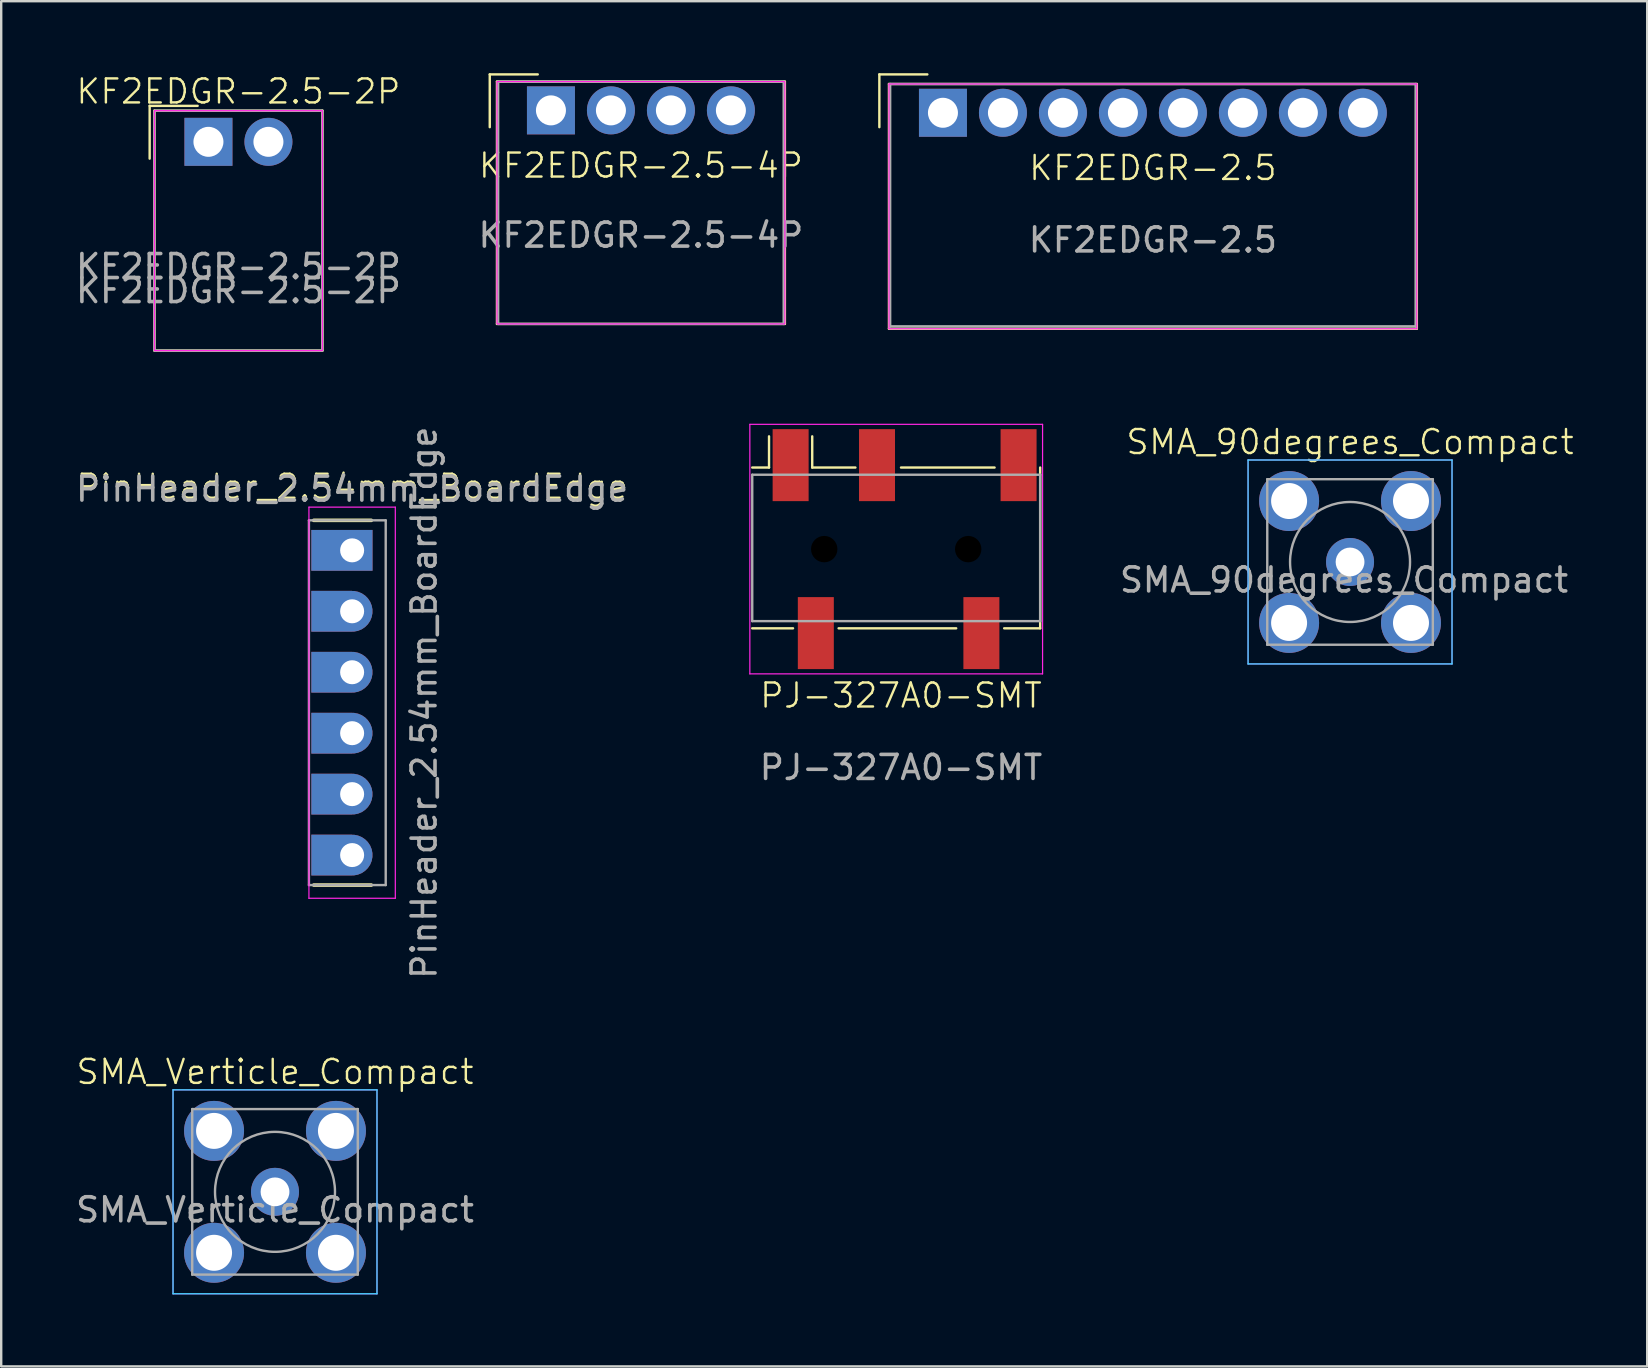
<source format=kicad_pcb>
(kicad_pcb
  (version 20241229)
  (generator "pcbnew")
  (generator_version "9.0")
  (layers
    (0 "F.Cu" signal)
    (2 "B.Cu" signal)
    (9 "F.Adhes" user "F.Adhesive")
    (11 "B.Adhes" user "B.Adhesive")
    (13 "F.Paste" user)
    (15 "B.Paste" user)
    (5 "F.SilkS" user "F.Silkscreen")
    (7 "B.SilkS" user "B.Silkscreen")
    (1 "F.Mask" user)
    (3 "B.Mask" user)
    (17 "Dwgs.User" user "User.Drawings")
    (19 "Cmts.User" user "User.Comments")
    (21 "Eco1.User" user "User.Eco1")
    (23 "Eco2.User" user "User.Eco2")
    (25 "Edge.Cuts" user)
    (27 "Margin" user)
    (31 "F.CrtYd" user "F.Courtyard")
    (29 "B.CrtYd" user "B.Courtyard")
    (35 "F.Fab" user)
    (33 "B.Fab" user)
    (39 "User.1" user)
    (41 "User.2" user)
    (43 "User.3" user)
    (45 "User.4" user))
  (footprint "PinHeader_2.54mm_BoardEdge"
    (layer "F.Cu")
    (at 11.625 26.236)
    (property "Reference" "PinHeader_2.54mm_BoardEdge" (at 0 -9 0) (unlocked yes) (layer "F.SilkS") (effects (font (size 1 1) (thickness 0.1))))
    (attr smd)
    (fp_line (start -1.6 -7.6) (end 0.8 -7.6) (stroke (width 0.15) (type default)) (layer "F.SilkS"))
    (fp_line (start -1.6 7.6) (end 0.8 7.6) (stroke (width 0.15) (type default)) (layer "F.SilkS"))
    (fp_line (start -1.8 -8.15) (end -1.8 8.15) (stroke (width 0.05) (type solid)) (layer "F.CrtYd"))
    (fp_line (start -1.8 8.15) (end 1.8 8.15) (stroke (width 0.05) (type solid)) (layer "F.CrtYd"))
    (fp_line (start 1.8 -8.15) (end -1.8 -8.15) (stroke (width 0.05) (type solid)) (layer "F.CrtYd"))
    (fp_line (start 1.8 8.15) (end 1.8 -8.15) (stroke (width 0.05) (type solid)) (layer "F.CrtYd"))
    (fp_line (start -1.8 -7.6) (end 1.4 -7.6) (stroke (width 0.1) (type default)) (layer "F.Fab"))
    (fp_line (start -1.8 7.6) (end -1.8 -7.6) (stroke (width 0.1) (type default)) (layer "F.Fab"))
    (fp_line (start 1.4 -7.6) (end 1.4 7.6) (stroke (width 0.1) (type default)) (layer "F.Fab"))
    (fp_line (start 1.4 7.6) (end -1.8 7.6) (stroke (width 0.1) (type default)) (layer "F.Fab"))
    (fp_text user "${REFERENCE}" (at 3 0 90) (layer "F.Fab") (effects (font (size 1 1) (thickness 0.15))))
    (fp_text user "${REFERENCE}" (at 0 -8.9 0) (unlocked yes) (layer "F.Fab") (effects (font (size 1 1) (thickness 0.15))))
    (pad "1" thru_hole custom (at 0 -6.35) (size 1.7 1.7) (drill 1) (layers "*.Cu" "*.Mask") (options (anchor rect)) (primitives (gr_rect (start -1.7 -0.85) (end 0 0.85) (width 0) (fill yes))))
    (pad "2" thru_hole custom (at 0 -3.81) (size 1.7 1.7) (drill 1) (layers "*.Cu" "*.Mask") (options (anchor circle)) (primitives (gr_poly (pts (xy 0.846 -0.083) (xy 0.813 -0.247) (xy 0.75 -0.401) (xy 0.657 -0.539) (xy 0.539 -0.657) (xy 0.401 -0.75) (xy 0.247 -0.813) (xy 0.083 -0.846) (xy -0.083 -0.846) (xy -0.247 -0.813) (xy -0.401 -0.75) (xy -0.539 -0.657) (xy -0.657 -0.539) (xy -0.75 -0.401) (xy -0.813 -0.247) (xy -0.846 -0.083) (xy -0.846 0.083) (xy -0.813 0.247) (xy -0.75 0.401) (xy -0.657 0.539) (xy -0.539 0.657) (xy -0.401 0.75) (xy -0.247 0.813) (xy -0.083 0.846) (xy 0.083 0.846) (xy 0.247 0.813) (xy 0.401 0.75) (xy 0.539 0.657) (xy 0.657 0.539) (xy 0.75 0.401) (xy 0.813 0.247) (xy 0.846 0.083) (xy 0.846 -0.083)) (width 0) (fill yes)) (gr_rect (start -1.7 -0.85) (end 0 0.85) (width 0) (fill yes))))
    (pad "3" thru_hole custom (at 0 -1.27) (size 1.7 1.7) (drill 1) (layers "*.Cu" "*.Mask") (options (anchor circle)) (primitives (gr_poly (pts (xy 0.846 -0.083) (xy 0.813 -0.247) (xy 0.75 -0.401) (xy 0.657 -0.539) (xy 0.539 -0.657) (xy 0.401 -0.75) (xy 0.247 -0.813) (xy 0.083 -0.846) (xy -0.083 -0.846) (xy -0.247 -0.813) (xy -0.401 -0.75) (xy -0.539 -0.657) (xy -0.657 -0.539) (xy -0.75 -0.401) (xy -0.813 -0.247) (xy -0.846 -0.083) (xy -0.846 0.083) (xy -0.813 0.247) (xy -0.75 0.401) (xy -0.657 0.539) (xy -0.539 0.657) (xy -0.401 0.75) (xy -0.247 0.813) (xy -0.083 0.846) (xy 0.083 0.846) (xy 0.247 0.813) (xy 0.401 0.75) (xy 0.539 0.657) (xy 0.657 0.539) (xy 0.75 0.401) (xy 0.813 0.247) (xy 0.846 0.083) (xy 0.846 -0.083)) (width 0) (fill yes)) (gr_rect (start -1.7 -0.85) (end 0 0.85) (width 0) (fill yes))))
    (pad "4" thru_hole custom (at 0 1.27) (size 1.7 1.7) (drill 1) (layers "*.Cu" "*.Mask") (options (anchor circle)) (primitives (gr_poly (pts (xy 0.846 -0.083) (xy 0.813 -0.247) (xy 0.75 -0.401) (xy 0.657 -0.539) (xy 0.539 -0.657) (xy 0.401 -0.75) (xy 0.247 -0.813) (xy 0.083 -0.846) (xy -0.083 -0.846) (xy -0.247 -0.813) (xy -0.401 -0.75) (xy -0.539 -0.657) (xy -0.657 -0.539) (xy -0.75 -0.401) (xy -0.813 -0.247) (xy -0.846 -0.083) (xy -0.846 0.083) (xy -0.813 0.247) (xy -0.75 0.401) (xy -0.657 0.539) (xy -0.539 0.657) (xy -0.401 0.75) (xy -0.247 0.813) (xy -0.083 0.846) (xy 0.083 0.846) (xy 0.247 0.813) (xy 0.401 0.75) (xy 0.539 0.657) (xy 0.657 0.539) (xy 0.75 0.401) (xy 0.813 0.247) (xy 0.846 0.083) (xy 0.846 -0.083)) (width 0) (fill yes)) (gr_rect (start -1.7 -0.85) (end 0 0.85) (width 0) (fill yes))))
    (pad "5" thru_hole custom (at 0 3.81) (size 1.7 1.7) (drill 1) (layers "*.Cu" "*.Mask") (options (anchor circle)) (primitives (gr_poly (pts (xy 0.846 -0.083) (xy 0.813 -0.247) (xy 0.75 -0.401) (xy 0.657 -0.539) (xy 0.539 -0.657) (xy 0.401 -0.75) (xy 0.247 -0.813) (xy 0.083 -0.846) (xy -0.083 -0.846) (xy -0.247 -0.813) (xy -0.401 -0.75) (xy -0.539 -0.657) (xy -0.657 -0.539) (xy -0.75 -0.401) (xy -0.813 -0.247) (xy -0.846 -0.083) (xy -0.846 0.083) (xy -0.813 0.247) (xy -0.75 0.401) (xy -0.657 0.539) (xy -0.539 0.657) (xy -0.401 0.75) (xy -0.247 0.813) (xy -0.083 0.846) (xy 0.083 0.846) (xy 0.247 0.813) (xy 0.401 0.75) (xy 0.539 0.657) (xy 0.657 0.539) (xy 0.75 0.401) (xy 0.813 0.247) (xy 0.846 0.083) (xy 0.846 -0.083)) (width 0) (fill yes)) (gr_rect (start -1.7 -0.85) (end 0 0.85) (width 0) (fill yes))))
    (pad "6" thru_hole custom (at 0 6.35) (size 1.7 1.7) (drill 1) (layers "*.Cu" "*.Mask") (options (anchor circle)) (primitives (gr_poly (pts (xy 0.846 -0.083) (xy 0.813 -0.247) (xy 0.75 -0.401) (xy 0.657 -0.539) (xy 0.539 -0.657) (xy 0.401 -0.75) (xy 0.247 -0.813) (xy 0.083 -0.846) (xy -0.083 -0.846) (xy -0.247 -0.813) (xy -0.401 -0.75) (xy -0.539 -0.657) (xy -0.657 -0.539) (xy -0.75 -0.401) (xy -0.813 -0.247) (xy -0.846 -0.083) (xy -0.846 0.083) (xy -0.813 0.247) (xy -0.75 0.401) (xy -0.657 0.539) (xy -0.539 0.657) (xy -0.401 0.75) (xy -0.247 0.813) (xy -0.083 0.846) (xy 0.083 0.846) (xy 0.247 0.813) (xy 0.401 0.75) (xy 0.539 0.657) (xy 0.657 0.539) (xy 0.75 0.401) (xy 0.813 0.247) (xy 0.846 0.083) (xy 0.846 -0.083)) (width 0) (fill yes)) (gr_rect (start -1.7 -0.85) (end 0 0.85) (width 0) (fill yes)))))
  (footprint "PJ-327A0-SMT"
    (layer "F.Cu")
    (at 34.4 19.835)
    (property "Reference" "PJ-327A0-SMT" (at 0.1 6.1 0) (unlocked yes) (layer "F.SilkS") (effects (font (size 1 1) (thickness 0.1))))
    (attr smd)
    (fp_line (start -5.4 -4.7) (end -5.4 -3.4) (stroke (width 0.1) (type default)) (layer "F.SilkS"))
    (fp_line (start -5.4 -3.4) (end -6.1 -3.4) (stroke (width 0.1) (type default)) (layer "F.SilkS"))
    (fp_line (start -4.4 3.3) (end -6.1 3.3) (stroke (width 0.1) (type default)) (layer "F.SilkS"))
    (fp_line (start -3.6 -4.7) (end -3.6 -3.4) (stroke (width 0.1) (type default)) (layer "F.SilkS"))
    (fp_line (start -3.6 -3.4) (end -1.8 -3.4) (stroke (width 0.1) (type default)) (layer "F.SilkS"))
    (fp_line (start -2.5 3.3) (end 2.4 3.3) (stroke (width 0.1) (type default)) (layer "F.SilkS"))
    (fp_line (start 4 -3.4) (end 0.1 -3.4) (stroke (width 0.1) (type default)) (layer "F.SilkS"))
    (fp_line (start 4.4 3.3) (end 5.9 3.3) (stroke (width 0.1) (type default)) (layer "F.SilkS"))
    (fp_line (start 5.9 3.3) (end 5.9 -3.4) (stroke (width 0.1) (type default)) (layer "F.SilkS"))
    (fp_line (start -6.2 -5.2) (end -6.2 5.2) (stroke (width 0.05) (type default)) (layer "F.CrtYd"))
    (fp_line (start -6.2 -5.2) (end 6 -5.2) (stroke (width 0.05) (type default)) (layer "F.CrtYd"))
    (fp_line (start 6 -5.2) (end 6 5.2) (stroke (width 0.05) (type default)) (layer "F.CrtYd"))
    (fp_line (start 6 5.2) (end -6.2 5.2) (stroke (width 0.05) (type default)) (layer "F.CrtYd"))
    (fp_line (start -6.1 -3.1) (end -6.1 3) (stroke (width 0.1) (type default)) (layer "F.Fab"))
    (fp_line (start -6.1 -3.1) (end 5.9 -3.1) (stroke (width 0.1) (type default)) (layer "F.Fab"))
    (fp_line (start -6.1 3) (end 5.9 3) (stroke (width 0.1) (type default)) (layer "F.Fab"))
    (fp_line (start 5.9 -3.1) (end 5.9 3) (stroke (width 0.1) (type default)) (layer "F.Fab"))
    (fp_line (start -8.1 -2.5) (end -8.1 2.5) (stroke (width 0.1) (type default)) (layer "User.2"))
    (fp_line (start -8.1 2.5) (end -6.1 2.5) (stroke (width 0.1) (type default)) (layer "User.2"))
    (fp_line (start -6.1 -2.5) (end -8.1 -2.5) (stroke (width 0.1) (type default)) (layer "User.2"))
    (fp_line (start -6.1 2.5) (end -6.1 -2.5) (stroke (width 0.1) (type default)) (layer "User.2"))
    (fp_text user "${REFERENCE}" (at 0.1 9.1 0) (unlocked yes) (layer "F.Fab") (effects (font (size 1 1) (thickness 0.15))))
    (pad "" np_thru_hole circle (at -3.1 0) (size 1.3 1.3) (drill 1.1) (layers "*.Mask"))
    (pad "" np_thru_hole circle (at 2.9 0) (size 1.3 1.3) (drill 1.1) (layers "*.Mask"))
    (pad "R" smd rect (at -0.9 -3.5) (size 1.5 3) (layers "F.Cu" "F.Mask" "F.Paste"))
    (pad "S" smd rect (at -4.5 -3.5) (size 1.5 3) (layers "F.Cu" "F.Mask" "F.Paste"))
    (pad "S" smd rect (at -3.45 3.5) (size 1.5 3) (layers "F.Cu" "F.Mask" "F.Paste"))
    (pad "T" smd rect (at 3.45 3.5) (size 1.5 3) (layers "F.Cu" "F.Mask" "F.Paste"))
    (pad "TN" smd rect (at 5 -3.5) (size 1.5 3) (layers "F.Cu" "F.Mask" "F.Paste")))
  (footprint "KF2EDGR-2.5-4P"
    (layer "F.Cu")
    (at 23.661 4.35)
    (property "Reference" "KF2EDGR-2.5-4P" (at 0 -0.5 0) (unlocked yes) (layer "F.SilkS") (effects (font (size 1 1) (thickness 0.1))))
    (attr through_hole)
    (fp_line (start -6.3 -4.3) (end -4.3 -4.3) (stroke (width 0.1) (type default)) (layer "F.SilkS"))
    (fp_line (start -6.3 -2.1) (end -6.3 -4.3) (stroke (width 0.1) (type default)) (layer "F.SilkS"))
    (fp_line (start -6 -4) (end -6 6.1) (stroke (width 0.1) (type default)) (layer "F.SilkS"))
    (fp_line (start -6 6.1) (end 6 6.1) (stroke (width 0.1) (type default)) (layer "F.SilkS"))
    (fp_line (start 6 -4) (end -6 -4) (stroke (width 0.1) (type default)) (layer "F.SilkS"))
    (fp_line (start 6 6.1) (end 6 -4) (stroke (width 0.1) (type default)) (layer "F.SilkS"))
    (fp_rect (start -6 -4) (end 6 6.1) (stroke (width 0.05) (type default)) (fill no) (layer "F.CrtYd"))
    (fp_line (start -5.95 -4) (end -5.95 6.1) (stroke (width 0.1) (type default)) (layer "F.Fab"))
    (fp_line (start -5.95 -4) (end 5.95 -4) (stroke (width 0.1) (type default)) (layer "F.Fab"))
    (fp_line (start -5.95 6.1) (end 5.95 6.1) (stroke (width 0.1) (type default)) (layer "F.Fab"))
    (fp_line (start 5.95 -4) (end 5.95 6.1) (stroke (width 0.1) (type default)) (layer "F.Fab"))
    (fp_text user "${REFERENCE}" (at 0 2.4 0) (unlocked yes) (layer "F.Fab") (effects (font (size 1 1) (thickness 0.15))))
    (pad "1" thru_hole rect (at -3.75 -2.8) (size 2 2) (drill 1.25) (layers "*.Cu" "*.Mask"))
    (pad "2" thru_hole circle (at -1.25 -2.8) (size 2 2) (drill 1.25) (layers "*.Cu" "*.Mask"))
    (pad "3" thru_hole circle (at 1.25 -2.8) (size 2 2) (drill 1.25) (layers "*.Cu" "*.Mask"))
    (pad "4" thru_hole circle (at 3.75 -2.8) (size 2 2) (drill 1.25) (layers "*.Cu" "*.Mask")))
  (footprint "SMA_Verticle_Compact"
    (layer "F.Cu")
    (at 8.411 46.621)
    (property "Reference" "SMA_Verticle_Compact" (at 0 -5 0) (unlocked yes) (layer "F.SilkS") (effects (font (size 1 1) (thickness 0.1))))
    (attr through_hole)
    (fp_line (start -4.25 -4.25) (end 4.25 -4.25) (stroke (width 0.05) (type solid)) (layer "B.CrtYd"))
    (fp_line (start -4.25 4.25) (end -4.25 -4.25) (stroke (width 0.05) (type solid)) (layer "B.CrtYd"))
    (fp_line (start 4.25 -4.25) (end 4.25 4.25) (stroke (width 0.05) (type solid)) (layer "B.CrtYd"))
    (fp_line (start 4.25 4.25) (end -4.25 4.25) (stroke (width 0.05) (type solid)) (layer "B.CrtYd"))
    (fp_line (start -4.25 -4.25) (end 4.25 -4.25) (stroke (width 0.05) (type solid)) (layer "F.CrtYd"))
    (fp_line (start -4.25 4.25) (end -4.25 -4.25) (stroke (width 0.05) (type solid)) (layer "F.CrtYd"))
    (fp_line (start 4.25 -4.25) (end 4.25 4.25) (stroke (width 0.05) (type solid)) (layer "F.CrtYd"))
    (fp_line (start 4.25 4.25) (end -4.25 4.25) (stroke (width 0.05) (type solid)) (layer "F.CrtYd"))
    (fp_line (start -3.45 -3.45) (end -3.45 3.45) (stroke (width 0.1) (type solid)) (layer "F.Fab"))
    (fp_line (start -3.45 3.45) (end 3.45 3.45) (stroke (width 0.1) (type solid)) (layer "F.Fab"))
    (fp_line (start 3.45 -3.45) (end -3.45 -3.45) (stroke (width 0.1) (type solid)) (layer "F.Fab"))
    (fp_line (start 3.45 3.45) (end 3.45 -3.45) (stroke (width 0.1) (type solid)) (layer "F.Fab"))
    (fp_circle (center 0 0) (end 2.5 0) (stroke (width 0.1) (type solid)) (fill no) (layer "F.Fab"))
    (fp_text user "${REFERENCE}" (at 0 0.75 0) (unlocked yes) (layer "F.Fab") (effects (font (size 1 1) (thickness 0.15))))
    (pad "1" thru_hole circle (at 0 0) (size 2 2) (drill 1.2) (layers "*.Cu" "*.Mask"))
    (pad "2" thru_hole circle (at -2.54 -2.54) (size 2.5 2.5) (drill 1.5) (layers "*.Cu" "*.Mask"))
    (pad "2" thru_hole circle (at -2.54 2.54) (size 2.5 2.5) (drill 1.5) (layers "*.Cu" "*.Mask"))
    (pad "2" thru_hole circle (at 2.54 -2.54) (size 2.5 2.5) (drill 1.5) (layers "*.Cu" "*.Mask"))
    (pad "2" thru_hole circle (at 2.54 2.54) (size 2.5 2.5) (drill 1.5) (layers "*.Cu" "*.Mask")))
  (footprint "KF2EDGR-2.5-2P"
    (layer "F.Cu")
    (at 6.887 6.561)
    (property "Reference" "KF2EDGR-2.5-2P" (at 0 -5.8 0) (unlocked yes) (layer "F.SilkS") (effects (font (size 1 1) (thickness 0.1))))
    (attr through_hole)
    (fp_line (start -3.7 -5.2) (end -1.7 -5.2) (stroke (width 0.1) (type default)) (layer "F.SilkS"))
    (fp_line (start -3.7 -3) (end -3.7 -5.2) (stroke (width 0.1) (type default)) (layer "F.SilkS"))
    (fp_line (start -3.5 -5) (end -3.5 5) (stroke (width 0.1) (type default)) (layer "F.SilkS"))
    (fp_line (start -3.5 5) (end 3.5 5) (stroke (width 0.1) (type default)) (layer "F.SilkS"))
    (fp_line (start 3.5 -5) (end -3.5 -5) (stroke (width 0.1) (type default)) (layer "F.SilkS"))
    (fp_line (start 3.5 5) (end 3.5 -5) (stroke (width 0.1) (type default)) (layer "F.SilkS"))
    (fp_rect (start -3.5 -5) (end 3.5 5) (stroke (width 0.05) (type default)) (fill no) (layer "F.CrtYd"))
    (fp_rect (start -3.5 -5) (end 3.5 5) (stroke (width 0.1) (type default)) (fill no) (layer "F.Fab"))
    (fp_text user "${REFERENCE}" (at 0 1.5 0) (unlocked yes) (layer "F.Fab") (effects (font (size 1 1) (thickness 0.15))))
    (fp_text user "${REFERENCE}" (at 0 2.5 0) (unlocked yes) (layer "F.Fab") (effects (font (size 1 1) (thickness 0.15))))
    (pad "1" thru_hole rect (at -1.25 -3.7) (size 2 2) (drill 1.25) (layers "*.Cu" "*.Mask"))
    (pad "2" thru_hole circle (at 1.25 -3.7) (size 2 2) (drill 1.25) (layers "*.Cu" "*.Mask")))
  (footprint "KF2EDGR-2.5"
    (layer "F.Cu")
    (at 44.998 1.65)
    (property "Reference" "KF2EDGR-2.5" (at 0 2.3 0) (unlocked yes) (layer "F.SilkS") (effects (font (size 1 1) (thickness 0.1))))
    (attr through_hole)
    (fp_line (start -11.4 -1.6) (end -9.4 -1.6) (stroke (width 0.1) (type default)) (layer "F.SilkS"))
    (fp_line (start -11.4 0.6) (end -11.4 -1.6) (stroke (width 0.1) (type default)) (layer "F.SilkS"))
    (fp_line (start -11 -1.2) (end -11 9) (stroke (width 0.1) (type default)) (layer "F.SilkS"))
    (fp_line (start -11 9) (end 11 9) (stroke (width 0.1) (type default)) (layer "F.SilkS"))
    (fp_line (start 11 -1.2) (end -11 -1.2) (stroke (width 0.1) (type default)) (layer "F.SilkS"))
    (fp_line (start 11 9) (end 11 -1.2) (stroke (width 0.1) (type default)) (layer "F.SilkS"))
    (fp_line (start -11 -1.2) (end -11 9) (stroke (width 0.05) (type default)) (layer "F.CrtYd"))
    (fp_line (start -11 9) (end 11 9) (stroke (width 0.05) (type default)) (layer "F.CrtYd"))
    (fp_line (start 11 -1.2) (end -11 -1.2) (stroke (width 0.05) (type default)) (layer "F.CrtYd"))
    (fp_line (start 11 9) (end 11 -1.2) (stroke (width 0.05) (type default)) (layer "F.CrtYd"))
    (fp_line (start -10.95 -1.2) (end -10.95 8.9) (stroke (width 0.1) (type default)) (layer "F.Fab"))
    (fp_line (start -10.95 -1.2) (end 10.95 -1.2) (stroke (width 0.1) (type default)) (layer "F.Fab"))
    (fp_line (start -10.95 8.9) (end 10.95 8.9) (stroke (width 0.1) (type default)) (layer "F.Fab"))
    (fp_line (start 10.95 -1.2) (end 10.95 8.9) (stroke (width 0.1) (type default)) (layer "F.Fab"))
    (fp_text user "${REFERENCE}" (at 0 5.3 0) (unlocked yes) (layer "F.Fab") (effects (font (size 1 1) (thickness 0.15))))
    (pad "1" thru_hole rect (at -8.75 0) (size 2 2) (drill 1.25) (layers "*.Cu" "*.Mask"))
    (pad "2" thru_hole circle (at -6.25 0) (size 2 2) (drill 1.25) (layers "*.Cu" "*.Mask"))
    (pad "3" thru_hole circle (at -3.75 0) (size 2 2) (drill 1.25) (layers "*.Cu" "*.Mask"))
    (pad "4" thru_hole circle (at -1.25 0) (size 2 2) (drill 1.25) (layers "*.Cu" "*.Mask"))
    (pad "5" thru_hole circle (at 1.25 0) (size 2 2) (drill 1.25) (layers "*.Cu" "*.Mask"))
    (pad "6" thru_hole circle (at 3.75 0) (size 2 2) (drill 1.25) (layers "*.Cu" "*.Mask"))
    (pad "7" thru_hole circle (at 6.25 0) (size 2 2) (drill 1.25) (layers "*.Cu" "*.Mask"))
    (pad "8" thru_hole circle (at 8.75 0) (size 2 2) (drill 1.25) (layers "*.Cu" "*.Mask")))
  (footprint "SMA_90degrees_Compact"
    (layer "F.Cu")
    (at 53.214 20.371)
    (property "Reference" "SMA_90degrees_Compact" (at 0 -5 0) (unlocked yes) (layer "F.SilkS") (effects (font (size 1 1) (thickness 0.1))))
    (attr through_hole)
    (fp_line (start -4.25 -4.25) (end 4.25 -4.25) (stroke (width 0.05) (type solid)) (layer "B.CrtYd"))
    (fp_line (start -4.25 4.25) (end -4.25 -4.25) (stroke (width 0.05) (type solid)) (layer "B.CrtYd"))
    (fp_line (start 4.25 -4.25) (end 4.25 4.25) (stroke (width 0.05) (type solid)) (layer "B.CrtYd"))
    (fp_line (start 4.25 4.25) (end -4.25 4.25) (stroke (width 0.05) (type solid)) (layer "B.CrtYd"))
    (fp_line (start -4.25 -4.25) (end 4.25 -4.25) (stroke (width 0.05) (type solid)) (layer "F.CrtYd"))
    (fp_line (start -4.25 4.25) (end -4.25 -4.25) (stroke (width 0.05) (type solid)) (layer "F.CrtYd"))
    (fp_line (start 4.25 -4.25) (end 4.25 4.25) (stroke (width 0.05) (type solid)) (layer "F.CrtYd"))
    (fp_line (start 4.25 4.25) (end -4.25 4.25) (stroke (width 0.05) (type solid)) (layer "F.CrtYd"))
    (fp_line (start -3.45 -3.45) (end -3.45 3.45) (stroke (width 0.1) (type solid)) (layer "F.Fab"))
    (fp_line (start -3.45 3.45) (end 3.45 3.45) (stroke (width 0.1) (type solid)) (layer "F.Fab"))
    (fp_line (start 3.45 -3.45) (end -3.45 -3.45) (stroke (width 0.1) (type solid)) (layer "F.Fab"))
    (fp_line (start 3.45 3.45) (end 3.45 -3.45) (stroke (width 0.1) (type solid)) (layer "F.Fab"))
    (fp_circle (center 0 0) (end 2.5 0) (stroke (width 0.1) (type solid)) (fill no) (layer "F.Fab"))
    (fp_text user "${REFERENCE}" (at -0.25 0.75 0) (unlocked yes) (layer "F.Fab") (effects (font (size 1 1) (thickness 0.15))))
    (pad "1" thru_hole circle (at 0 0) (size 2 2) (drill 1.2) (layers "*.Cu" "*.Mask"))
    (pad "2" thru_hole circle (at -2.54 -2.54) (size 2.5 2.5) (drill 1.5) (layers "*.Cu" "*.Mask"))
    (pad "2" thru_hole circle (at -2.54 2.54) (size 2.5 2.5) (drill 1.5) (layers "*.Cu" "*.Mask"))
    (pad "2" thru_hole circle (at 2.54 -2.54) (size 2.5 2.5) (drill 1.5) (layers "*.Cu" "*.Mask"))
    (pad "2" thru_hole circle (at 2.54 2.54) (size 2.5 2.5) (drill 1.5) (layers "*.Cu" "*.Mask")))
  (gr_rect
    (start -3 -3)
    (end 65.598 53.896)
    (stroke (width 0.1) (type default))
    (fill no)
    (layer "Edge.Cuts")))
</source>
